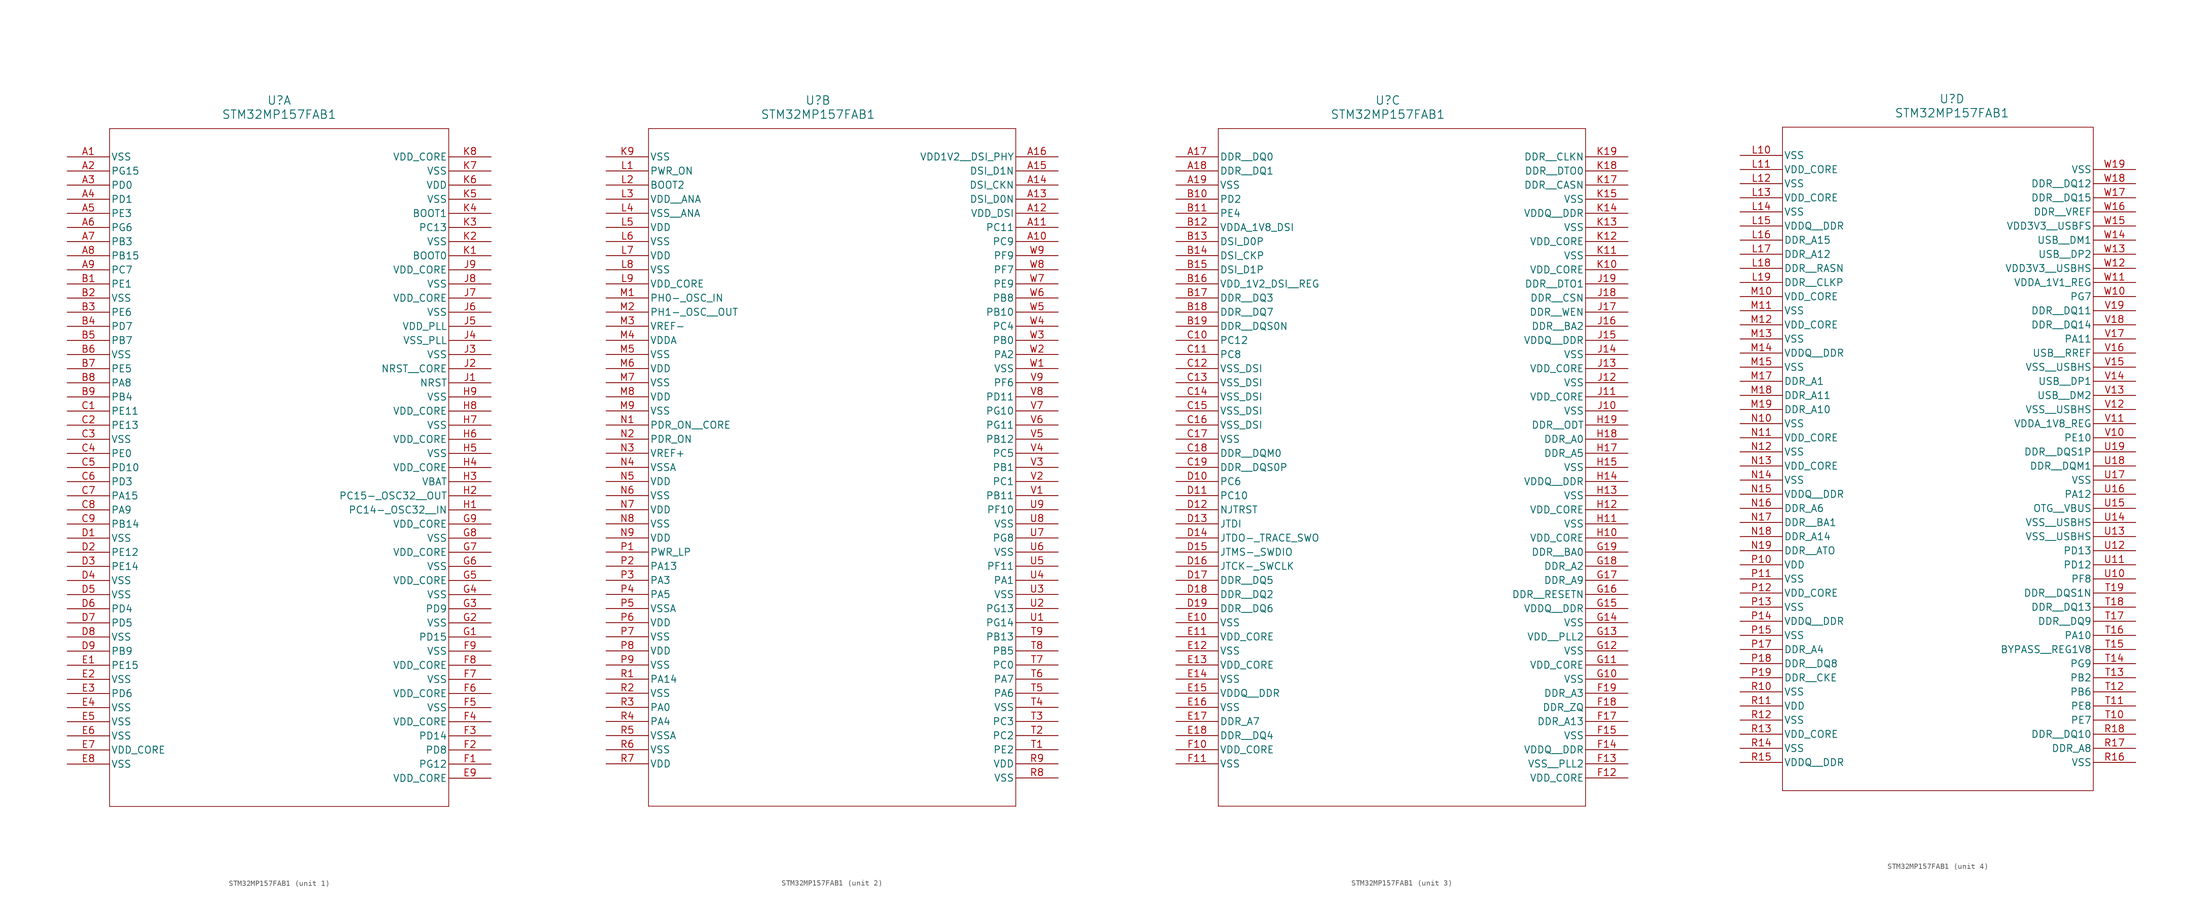
<source format=kicad_sym>
(kicad_symbol_lib
  (version 20211014)
  (generator kicad_symbol_editor)
  (symbol "STM32MP157FAB1"
    (pin_names
      (offset 0.254))
    (property "Reference" "U"
      (at 38.1 10.16 0)
      (effects (font (size 1.524 1.524))))
    (property "Value" "STM32MP157FAB1"
      (at 38.1 7.62 0)
      (effects (font (size 1.524 1.524))))
    (symbol "STM32MP157FAB1_1_1"
      (polyline (pts (xy 7.62 5.08) (xy 7.62 -116.84)) (stroke (width 0.127) (type default) (color 0 0 0 0)) (fill (type none)))
      (polyline (pts (xy 7.62 -116.84) (xy 68.58 -116.84)) (stroke (width 0.127) (type default) (color 0 0 0 0)) (fill (type none)))
      (polyline (pts (xy 68.58 -116.84) (xy 68.58 5.08)) (stroke (width 0.127) (type default) (color 0 0 0 0)) (fill (type none)))
      (polyline (pts (xy 68.58 5.08) (xy 7.62 5.08)) (stroke (width 0.127) (type default) (color 0 0 0 0)) (fill (type none)))
      (pin power_out line (at 0 0 0) (length 7.62) (name "VSS" (effects (font (size 1.27 1.27)))) (number "A1" (effects (font (size 1.27 1.27)))))
      (pin bidirectional line (at 0 -2.54 0) (length 7.62) (name "PG15" (effects (font (size 1.27 1.27)))) (number "A2" (effects (font (size 1.27 1.27)))))
      (pin bidirectional line (at 0 -5.08 0) (length 7.62) (name "PD0" (effects (font (size 1.27 1.27)))) (number "A3" (effects (font (size 1.27 1.27)))))
      (pin bidirectional line (at 0 -7.62 0) (length 7.62) (name "PD1" (effects (font (size 1.27 1.27)))) (number "A4" (effects (font (size 1.27 1.27)))))
      (pin bidirectional line (at 0 -10.16 0) (length 7.62) (name "PE3" (effects (font (size 1.27 1.27)))) (number "A5" (effects (font (size 1.27 1.27)))))
      (pin bidirectional line (at 0 -12.7 0) (length 7.62) (name "PG6" (effects (font (size 1.27 1.27)))) (number "A6" (effects (font (size 1.27 1.27)))))
      (pin bidirectional line (at 0 -15.24 0) (length 7.62) (name "PB3" (effects (font (size 1.27 1.27)))) (number "A7" (effects (font (size 1.27 1.27)))))
      (pin bidirectional line (at 0 -17.78 0) (length 7.62) (name "PB15" (effects (font (size 1.27 1.27)))) (number "A8" (effects (font (size 1.27 1.27)))))
      (pin bidirectional line (at 0 -20.32 0) (length 7.62) (name "PC7" (effects (font (size 1.27 1.27)))) (number "A9" (effects (font (size 1.27 1.27)))))
      (pin bidirectional line (at 0 -22.86 0) (length 7.62) (name "PE1" (effects (font (size 1.27 1.27)))) (number "B1" (effects (font (size 1.27 1.27)))))
      (pin power_out line (at 0 -25.4 0) (length 7.62) (name "VSS" (effects (font (size 1.27 1.27)))) (number "B2" (effects (font (size 1.27 1.27)))))
      (pin bidirectional line (at 0 -27.94 0) (length 7.62) (name "PE6" (effects (font (size 1.27 1.27)))) (number "B3" (effects (font (size 1.27 1.27)))))
      (pin bidirectional line (at 0 -30.48 0) (length 7.62) (name "PD7" (effects (font (size 1.27 1.27)))) (number "B4" (effects (font (size 1.27 1.27)))))
      (pin bidirectional line (at 0 -33.02 0) (length 7.62) (name "PB7" (effects (font (size 1.27 1.27)))) (number "B5" (effects (font (size 1.27 1.27)))))
      (pin power_out line (at 0 -35.56 0) (length 7.62) (name "VSS" (effects (font (size 1.27 1.27)))) (number "B6" (effects (font (size 1.27 1.27)))))
      (pin bidirectional line (at 0 -38.1 0) (length 7.62) (name "PE5" (effects (font (size 1.27 1.27)))) (number "B7" (effects (font (size 1.27 1.27)))))
      (pin bidirectional line (at 0 -40.64 0) (length 7.62) (name "PA8" (effects (font (size 1.27 1.27)))) (number "B8" (effects (font (size 1.27 1.27)))))
      (pin bidirectional line (at 0 -43.18 0) (length 7.62) (name "PB4" (effects (font (size 1.27 1.27)))) (number "B9" (effects (font (size 1.27 1.27)))))
      (pin bidirectional line (at 0 -45.72 0) (length 7.62) (name "PE11" (effects (font (size 1.27 1.27)))) (number "C1" (effects (font (size 1.27 1.27)))))
      (pin bidirectional line (at 0 -48.26 0) (length 7.62) (name "PE13" (effects (font (size 1.27 1.27)))) (number "C2" (effects (font (size 1.27 1.27)))))
      (pin power_out line (at 0 -50.8 0) (length 7.62) (name "VSS" (effects (font (size 1.27 1.27)))) (number "C3" (effects (font (size 1.27 1.27)))))
      (pin bidirectional line (at 0 -53.34 0) (length 7.62) (name "PE0" (effects (font (size 1.27 1.27)))) (number "C4" (effects (font (size 1.27 1.27)))))
      (pin bidirectional line (at 0 -55.88 0) (length 7.62) (name "PD10" (effects (font (size 1.27 1.27)))) (number "C5" (effects (font (size 1.27 1.27)))))
      (pin bidirectional line (at 0 -58.42 0) (length 7.62) (name "PD3" (effects (font (size 1.27 1.27)))) (number "C6" (effects (font (size 1.27 1.27)))))
      (pin bidirectional line (at 0 -60.96 0) (length 7.62) (name "PA15" (effects (font (size 1.27 1.27)))) (number "C7" (effects (font (size 1.27 1.27)))))
      (pin bidirectional line (at 0 -63.5 0) (length 7.62) (name "PA9" (effects (font (size 1.27 1.27)))) (number "C8" (effects (font (size 1.27 1.27)))))
      (pin bidirectional line (at 0 -66.04 0) (length 7.62) (name "PB14" (effects (font (size 1.27 1.27)))) (number "C9" (effects (font (size 1.27 1.27)))))
      (pin power_out line (at 0 -68.58 0) (length 7.62) (name "VSS" (effects (font (size 1.27 1.27)))) (number "D1" (effects (font (size 1.27 1.27)))))
      (pin bidirectional line (at 0 -71.12 0) (length 7.62) (name "PE12" (effects (font (size 1.27 1.27)))) (number "D2" (effects (font (size 1.27 1.27)))))
      (pin bidirectional line (at 0 -73.66 0) (length 7.62) (name "PE14" (effects (font (size 1.27 1.27)))) (number "D3" (effects (font (size 1.27 1.27)))))
      (pin power_out line (at 0 -76.2 0) (length 7.62) (name "VSS" (effects (font (size 1.27 1.27)))) (number "D4" (effects (font (size 1.27 1.27)))))
      (pin power_out line (at 0 -78.74 0) (length 7.62) (name "VSS" (effects (font (size 1.27 1.27)))) (number "D5" (effects (font (size 1.27 1.27)))))
      (pin bidirectional line (at 0 -81.28 0) (length 7.62) (name "PD4" (effects (font (size 1.27 1.27)))) (number "D6" (effects (font (size 1.27 1.27)))))
      (pin bidirectional line (at 0 -83.82 0) (length 7.62) (name "PD5" (effects (font (size 1.27 1.27)))) (number "D7" (effects (font (size 1.27 1.27)))))
      (pin power_out line (at 0 -86.36 0) (length 7.62) (name "VSS" (effects (font (size 1.27 1.27)))) (number "D8" (effects (font (size 1.27 1.27)))))
      (pin bidirectional line (at 0 -88.9 0) (length 7.62) (name "PB9" (effects (font (size 1.27 1.27)))) (number "D9" (effects (font (size 1.27 1.27)))))
      (pin bidirectional line (at 0 -91.44 0) (length 7.62) (name "PE15" (effects (font (size 1.27 1.27)))) (number "E1" (effects (font (size 1.27 1.27)))))
      (pin power_out line (at 0 -93.98 0) (length 7.62) (name "VSS" (effects (font (size 1.27 1.27)))) (number "E2" (effects (font (size 1.27 1.27)))))
      (pin bidirectional line (at 0 -96.52 0) (length 7.62) (name "PD6" (effects (font (size 1.27 1.27)))) (number "E3" (effects (font (size 1.27 1.27)))))
      (pin power_out line (at 0 -99.06 0) (length 7.62) (name "VSS" (effects (font (size 1.27 1.27)))) (number "E4" (effects (font (size 1.27 1.27)))))
      (pin power_out line (at 0 -101.6 0) (length 7.62) (name "VSS" (effects (font (size 1.27 1.27)))) (number "E5" (effects (font (size 1.27 1.27)))))
      (pin power_out line (at 0 -104.14 0) (length 7.62) (name "VSS" (effects (font (size 1.27 1.27)))) (number "E6" (effects (font (size 1.27 1.27)))))
      (pin power_in line (at 0 -106.68 0) (length 7.62) (name "VDD CORE" (effects (font (size 1.27 1.27)))) (number "E7" (effects (font (size 1.27 1.27)))))
      (pin power_out line (at 0 -109.22 0) (length 7.62) (name "VSS" (effects (font (size 1.27 1.27)))) (number "E8" (effects (font (size 1.27 1.27)))))
      (pin power_in line (at 76.2 -111.76 180) (length 7.62) (name "VDD CORE" (effects (font (size 1.27 1.27)))) (number "E9" (effects (font (size 1.27 1.27)))))
      (pin bidirectional line (at 76.2 -109.22 180) (length 7.62) (name "PG12" (effects (font (size 1.27 1.27)))) (number "F1" (effects (font (size 1.27 1.27)))))
      (pin bidirectional line (at 76.2 -106.68 180) (length 7.62) (name "PD8" (effects (font (size 1.27 1.27)))) (number "F2" (effects (font (size 1.27 1.27)))))
      (pin bidirectional line (at 76.2 -104.14 180) (length 7.62) (name "PD14" (effects (font (size 1.27 1.27)))) (number "F3" (effects (font (size 1.27 1.27)))))
      (pin power_in line (at 76.2 -101.6 180) (length 7.62) (name "VDD CORE" (effects (font (size 1.27 1.27)))) (number "F4" (effects (font (size 1.27 1.27)))))
      (pin power_out line (at 76.2 -99.06 180) (length 7.62) (name "VSS" (effects (font (size 1.27 1.27)))) (number "F5" (effects (font (size 1.27 1.27)))))
      (pin power_in line (at 76.2 -96.52 180) (length 7.62) (name "VDD CORE" (effects (font (size 1.27 1.27)))) (number "F6" (effects (font (size 1.27 1.27)))))
      (pin power_out line (at 76.2 -93.98 180) (length 7.62) (name "VSS" (effects (font (size 1.27 1.27)))) (number "F7" (effects (font (size 1.27 1.27)))))
      (pin power_in line (at 76.2 -91.44 180) (length 7.62) (name "VDD CORE" (effects (font (size 1.27 1.27)))) (number "F8" (effects (font (size 1.27 1.27)))))
      (pin power_out line (at 76.2 -88.9 180) (length 7.62) (name "VSS" (effects (font (size 1.27 1.27)))) (number "F9" (effects (font (size 1.27 1.27)))))
      (pin bidirectional line (at 76.2 -86.36 180) (length 7.62) (name "PD15" (effects (font (size 1.27 1.27)))) (number "G1" (effects (font (size 1.27 1.27)))))
      (pin power_out line (at 76.2 -83.82 180) (length 7.62) (name "VSS" (effects (font (size 1.27 1.27)))) (number "G2" (effects (font (size 1.27 1.27)))))
      (pin bidirectional line (at 76.2 -81.28 180) (length 7.62) (name "PD9" (effects (font (size 1.27 1.27)))) (number "G3" (effects (font (size 1.27 1.27)))))
      (pin power_out line (at 76.2 -78.74 180) (length 7.62) (name "VSS" (effects (font (size 1.27 1.27)))) (number "G4" (effects (font (size 1.27 1.27)))))
      (pin power_in line (at 76.2 -76.2 180) (length 7.62) (name "VDD CORE" (effects (font (size 1.27 1.27)))) (number "G5" (effects (font (size 1.27 1.27)))))
      (pin power_out line (at 76.2 -73.66 180) (length 7.62) (name "VSS" (effects (font (size 1.27 1.27)))) (number "G6" (effects (font (size 1.27 1.27)))))
      (pin power_in line (at 76.2 -71.12 180) (length 7.62) (name "VDD CORE" (effects (font (size 1.27 1.27)))) (number "G7" (effects (font (size 1.27 1.27)))))
      (pin power_out line (at 76.2 -68.58 180) (length 7.62) (name "VSS" (effects (font (size 1.27 1.27)))) (number "G8" (effects (font (size 1.27 1.27)))))
      (pin power_in line (at 76.2 -66.04 180) (length 7.62) (name "VDD CORE" (effects (font (size 1.27 1.27)))) (number "G9" (effects (font (size 1.27 1.27)))))
      (pin bidirectional line (at 76.2 -63.5 180) (length 7.62) (name "PC14- OSC32_ IN" (effects (font (size 1.27 1.27)))) (number "H1" (effects (font (size 1.27 1.27)))))
      (pin output line (at 76.2 -60.96 180) (length 7.62) (name "PC15- OSC32_ OUT" (effects (font (size 1.27 1.27)))) (number "H2" (effects (font (size 1.27 1.27)))))
      (pin unspecified line (at 76.2 -58.42 180) (length 7.62) (name "VBAT" (effects (font (size 1.27 1.27)))) (number "H3" (effects (font (size 1.27 1.27)))))
      (pin power_in line (at 76.2 -55.88 180) (length 7.62) (name "VDD CORE" (effects (font (size 1.27 1.27)))) (number "H4" (effects (font (size 1.27 1.27)))))
      (pin power_out line (at 76.2 -53.34 180) (length 7.62) (name "VSS" (effects (font (size 1.27 1.27)))) (number "H5" (effects (font (size 1.27 1.27)))))
      (pin power_in line (at 76.2 -50.8 180) (length 7.62) (name "VDD CORE" (effects (font (size 1.27 1.27)))) (number "H6" (effects (font (size 1.27 1.27)))))
      (pin power_out line (at 76.2 -48.26 180) (length 7.62) (name "VSS" (effects (font (size 1.27 1.27)))) (number "H7" (effects (font (size 1.27 1.27)))))
      (pin power_in line (at 76.2 -45.72 180) (length 7.62) (name "VDD CORE" (effects (font (size 1.27 1.27)))) (number "H8" (effects (font (size 1.27 1.27)))))
      (pin power_out line (at 76.2 -43.18 180) (length 7.62) (name "VSS" (effects (font (size 1.27 1.27)))) (number "H9" (effects (font (size 1.27 1.27)))))
      (pin unspecified line (at 76.2 -40.64 180) (length 7.62) (name "NRST" (effects (font (size 1.27 1.27)))) (number "J1" (effects (font (size 1.27 1.27)))))
      (pin unspecified line (at 76.2 -38.1 180) (length 7.62) (name "NRST_ CORE" (effects (font (size 1.27 1.27)))) (number "J2" (effects (font (size 1.27 1.27)))))
      (pin power_out line (at 76.2 -35.56 180) (length 7.62) (name "VSS" (effects (font (size 1.27 1.27)))) (number "J3" (effects (font (size 1.27 1.27)))))
      (pin power_out line (at 76.2 -33.02 180) (length 7.62) (name "VSS_PLL" (effects (font (size 1.27 1.27)))) (number "J4" (effects (font (size 1.27 1.27)))))
      (pin power_in line (at 76.2 -30.48 180) (length 7.62) (name "VDD_PLL" (effects (font (size 1.27 1.27)))) (number "J5" (effects (font (size 1.27 1.27)))))
      (pin power_out line (at 76.2 -27.94 180) (length 7.62) (name "VSS" (effects (font (size 1.27 1.27)))) (number "J6" (effects (font (size 1.27 1.27)))))
      (pin power_in line (at 76.2 -25.4 180) (length 7.62) (name "VDD CORE" (effects (font (size 1.27 1.27)))) (number "J7" (effects (font (size 1.27 1.27)))))
      (pin power_out line (at 76.2 -22.86 180) (length 7.62) (name "VSS" (effects (font (size 1.27 1.27)))) (number "J8" (effects (font (size 1.27 1.27)))))
      (pin power_in line (at 76.2 -20.32 180) (length 7.62) (name "VDD CORE" (effects (font (size 1.27 1.27)))) (number "J9" (effects (font (size 1.27 1.27)))))
      (pin bidirectional line (at 76.2 -17.78 180) (length 7.62) (name "BOOT0" (effects (font (size 1.27 1.27)))) (number "K1" (effects (font (size 1.27 1.27)))))
      (pin power_out line (at 76.2 -15.24 180) (length 7.62) (name "VSS" (effects (font (size 1.27 1.27)))) (number "K2" (effects (font (size 1.27 1.27)))))
      (pin bidirectional line (at 76.2 -12.7 180) (length 7.62) (name "PC13" (effects (font (size 1.27 1.27)))) (number "K3" (effects (font (size 1.27 1.27)))))
      (pin bidirectional line (at 76.2 -10.16 180) (length 7.62) (name "BOOT1" (effects (font (size 1.27 1.27)))) (number "K4" (effects (font (size 1.27 1.27)))))
      (pin power_out line (at 76.2 -7.62 180) (length 7.62) (name "VSS" (effects (font (size 1.27 1.27)))) (number "K5" (effects (font (size 1.27 1.27)))))
      (pin power_in line (at 76.2 -5.08 180) (length 7.62) (name "VDD" (effects (font (size 1.27 1.27)))) (number "K6" (effects (font (size 1.27 1.27)))))
      (pin power_out line (at 76.2 -2.54 180) (length 7.62) (name "VSS" (effects (font (size 1.27 1.27)))) (number "K7" (effects (font (size 1.27 1.27)))))
      (pin power_in line (at 76.2 0 180) (length 7.62) (name "VDD CORE" (effects (font (size 1.27 1.27)))) (number "K8" (effects (font (size 1.27 1.27))))))
    (symbol "STM32MP157FAB1_2_1"
      (polyline (pts (xy 7.62 5.08) (xy 7.62 -116.84)) (stroke (width 0.127) (type default) (color 0 0 0 0)) (fill (type none)))
      (polyline (pts (xy 7.62 -116.84) (xy 73.66 -116.84)) (stroke (width 0.127) (type default) (color 0 0 0 0)) (fill (type none)))
      (polyline (pts (xy 73.66 -116.84) (xy 73.66 5.08)) (stroke (width 0.127) (type default) (color 0 0 0 0)) (fill (type none)))
      (polyline (pts (xy 73.66 5.08) (xy 7.62 5.08)) (stroke (width 0.127) (type default) (color 0 0 0 0)) (fill (type none)))
      (pin power_out line (at 0 0 0) (length 7.62) (name "VSS" (effects (font (size 1.27 1.27)))) (number "K9" (effects (font (size 1.27 1.27)))))
      (pin unspecified line (at 0 -2.54 0) (length 7.62) (name "PWR_ON" (effects (font (size 1.27 1.27)))) (number "L1" (effects (font (size 1.27 1.27)))))
      (pin bidirectional line (at 0 -5.08 0) (length 7.62) (name "BOOT2" (effects (font (size 1.27 1.27)))) (number "L2" (effects (font (size 1.27 1.27)))))
      (pin power_in line (at 0 -7.62 0) (length 7.62) (name "VDD_ ANA" (effects (font (size 1.27 1.27)))) (number "L3" (effects (font (size 1.27 1.27)))))
      (pin power_out line (at 0 -10.16 0) (length 7.62) (name "VSS_ ANA" (effects (font (size 1.27 1.27)))) (number "L4" (effects (font (size 1.27 1.27)))))
      (pin power_in line (at 0 -12.7 0) (length 7.62) (name "VDD" (effects (font (size 1.27 1.27)))) (number "L5" (effects (font (size 1.27 1.27)))))
      (pin power_out line (at 0 -15.24 0) (length 7.62) (name "VSS" (effects (font (size 1.27 1.27)))) (number "L6" (effects (font (size 1.27 1.27)))))
      (pin power_in line (at 0 -17.78 0) (length 7.62) (name "VDD" (effects (font (size 1.27 1.27)))) (number "L7" (effects (font (size 1.27 1.27)))))
      (pin power_out line (at 0 -20.32 0) (length 7.62) (name "VSS" (effects (font (size 1.27 1.27)))) (number "L8" (effects (font (size 1.27 1.27)))))
      (pin power_in line (at 0 -22.86 0) (length 7.62) (name "VDD CORE" (effects (font (size 1.27 1.27)))) (number "L9" (effects (font (size 1.27 1.27)))))
      (pin bidirectional line (at 0 -25.4 0) (length 7.62) (name "PH0- OSC_IN" (effects (font (size 1.27 1.27)))) (number "M1" (effects (font (size 1.27 1.27)))))
      (pin output line (at 0 -27.94 0) (length 7.62) (name "PH1- OSC_ OUT" (effects (font (size 1.27 1.27)))) (number "M2" (effects (font (size 1.27 1.27)))))
      (pin power_in line (at 0 -30.48 0) (length 7.62) (name "VREF-" (effects (font (size 1.27 1.27)))) (number "M3" (effects (font (size 1.27 1.27)))))
      (pin power_in line (at 0 -33.02 0) (length 7.62) (name "VDDA" (effects (font (size 1.27 1.27)))) (number "M4" (effects (font (size 1.27 1.27)))))
      (pin power_out line (at 0 -35.56 0) (length 7.62) (name "VSS" (effects (font (size 1.27 1.27)))) (number "M5" (effects (font (size 1.27 1.27)))))
      (pin power_in line (at 0 -38.1 0) (length 7.62) (name "VDD" (effects (font (size 1.27 1.27)))) (number "M6" (effects (font (size 1.27 1.27)))))
      (pin power_out line (at 0 -40.64 0) (length 7.62) (name "VSS" (effects (font (size 1.27 1.27)))) (number "M7" (effects (font (size 1.27 1.27)))))
      (pin power_in line (at 0 -43.18 0) (length 7.62) (name "VDD" (effects (font (size 1.27 1.27)))) (number "M8" (effects (font (size 1.27 1.27)))))
      (pin power_out line (at 0 -45.72 0) (length 7.62) (name "VSS" (effects (font (size 1.27 1.27)))) (number "M9" (effects (font (size 1.27 1.27)))))
      (pin unspecified line (at 0 -48.26 0) (length 7.62) (name "PDR_ON _CORE" (effects (font (size 1.27 1.27)))) (number "N1" (effects (font (size 1.27 1.27)))))
      (pin unspecified line (at 0 -50.8 0) (length 7.62) (name "PDR_ON" (effects (font (size 1.27 1.27)))) (number "N2" (effects (font (size 1.27 1.27)))))
      (pin power_in line (at 0 -53.34 0) (length 7.62) (name "VREF+" (effects (font (size 1.27 1.27)))) (number "N3" (effects (font (size 1.27 1.27)))))
      (pin power_out line (at 0 -55.88 0) (length 7.62) (name "VSSA" (effects (font (size 1.27 1.27)))) (number "N4" (effects (font (size 1.27 1.27)))))
      (pin power_in line (at 0 -58.42 0) (length 7.62) (name "VDD" (effects (font (size 1.27 1.27)))) (number "N5" (effects (font (size 1.27 1.27)))))
      (pin power_out line (at 0 -60.96 0) (length 7.62) (name "VSS" (effects (font (size 1.27 1.27)))) (number "N6" (effects (font (size 1.27 1.27)))))
      (pin power_in line (at 0 -63.5 0) (length 7.62) (name "VDD" (effects (font (size 1.27 1.27)))) (number "N7" (effects (font (size 1.27 1.27)))))
      (pin power_out line (at 0 -66.04 0) (length 7.62) (name "VSS" (effects (font (size 1.27 1.27)))) (number "N8" (effects (font (size 1.27 1.27)))))
      (pin power_in line (at 0 -68.58 0) (length 7.62) (name "VDD" (effects (font (size 1.27 1.27)))) (number "N9" (effects (font (size 1.27 1.27)))))
      (pin unspecified line (at 0 -71.12 0) (length 7.62) (name "PWR_LP" (effects (font (size 1.27 1.27)))) (number "P1" (effects (font (size 1.27 1.27)))))
      (pin bidirectional line (at 0 -73.66 0) (length 7.62) (name "PA13" (effects (font (size 1.27 1.27)))) (number "P2" (effects (font (size 1.27 1.27)))))
      (pin bidirectional line (at 0 -76.2 0) (length 7.62) (name "PA3" (effects (font (size 1.27 1.27)))) (number "P3" (effects (font (size 1.27 1.27)))))
      (pin bidirectional line (at 0 -78.74 0) (length 7.62) (name "PA5" (effects (font (size 1.27 1.27)))) (number "P4" (effects (font (size 1.27 1.27)))))
      (pin power_out line (at 0 -81.28 0) (length 7.62) (name "VSSA" (effects (font (size 1.27 1.27)))) (number "P5" (effects (font (size 1.27 1.27)))))
      (pin power_in line (at 0 -83.82 0) (length 7.62) (name "VDD" (effects (font (size 1.27 1.27)))) (number "P6" (effects (font (size 1.27 1.27)))))
      (pin power_out line (at 0 -86.36 0) (length 7.62) (name "VSS" (effects (font (size 1.27 1.27)))) (number "P7" (effects (font (size 1.27 1.27)))))
      (pin power_in line (at 0 -88.9 0) (length 7.62) (name "VDD" (effects (font (size 1.27 1.27)))) (number "P8" (effects (font (size 1.27 1.27)))))
      (pin power_out line (at 0 -91.44 0) (length 7.62) (name "VSS" (effects (font (size 1.27 1.27)))) (number "P9" (effects (font (size 1.27 1.27)))))
      (pin bidirectional line (at 0 -93.98 0) (length 7.62) (name "PA14" (effects (font (size 1.27 1.27)))) (number "R1" (effects (font (size 1.27 1.27)))))
      (pin power_out line (at 0 -96.52 0) (length 7.62) (name "VSS" (effects (font (size 1.27 1.27)))) (number "R2" (effects (font (size 1.27 1.27)))))
      (pin bidirectional line (at 0 -99.06 0) (length 7.62) (name "PA0" (effects (font (size 1.27 1.27)))) (number "R3" (effects (font (size 1.27 1.27)))))
      (pin bidirectional line (at 0 -101.6 0) (length 7.62) (name "PA4" (effects (font (size 1.27 1.27)))) (number "R4" (effects (font (size 1.27 1.27)))))
      (pin power_out line (at 0 -104.14 0) (length 7.62) (name "VSSA" (effects (font (size 1.27 1.27)))) (number "R5" (effects (font (size 1.27 1.27)))))
      (pin power_out line (at 0 -106.68 0) (length 7.62) (name "VSS" (effects (font (size 1.27 1.27)))) (number "R6" (effects (font (size 1.27 1.27)))))
      (pin power_in line (at 0 -109.22 0) (length 7.62) (name "VDD" (effects (font (size 1.27 1.27)))) (number "R7" (effects (font (size 1.27 1.27)))))
      (pin power_out line (at 81.28 -111.76 180) (length 7.62) (name "VSS" (effects (font (size 1.27 1.27)))) (number "R8" (effects (font (size 1.27 1.27)))))
      (pin power_in line (at 81.28 -109.22 180) (length 7.62) (name "VDD" (effects (font (size 1.27 1.27)))) (number "R9" (effects (font (size 1.27 1.27)))))
      (pin bidirectional line (at 81.28 -106.68 180) (length 7.62) (name "PE2" (effects (font (size 1.27 1.27)))) (number "T1" (effects (font (size 1.27 1.27)))))
      (pin bidirectional line (at 81.28 -104.14 180) (length 7.62) (name "PC2" (effects (font (size 1.27 1.27)))) (number "T2" (effects (font (size 1.27 1.27)))))
      (pin bidirectional line (at 81.28 -101.6 180) (length 7.62) (name "PC3" (effects (font (size 1.27 1.27)))) (number "T3" (effects (font (size 1.27 1.27)))))
      (pin power_out line (at 81.28 -99.06 180) (length 7.62) (name "VSS" (effects (font (size 1.27 1.27)))) (number "T4" (effects (font (size 1.27 1.27)))))
      (pin bidirectional line (at 81.28 -96.52 180) (length 7.62) (name "PA6" (effects (font (size 1.27 1.27)))) (number "T5" (effects (font (size 1.27 1.27)))))
      (pin bidirectional line (at 81.28 -93.98 180) (length 7.62) (name "PA7" (effects (font (size 1.27 1.27)))) (number "T6" (effects (font (size 1.27 1.27)))))
      (pin bidirectional line (at 81.28 -91.44 180) (length 7.62) (name "PC0" (effects (font (size 1.27 1.27)))) (number "T7" (effects (font (size 1.27 1.27)))))
      (pin bidirectional line (at 81.28 -88.9 180) (length 7.62) (name "PB5" (effects (font (size 1.27 1.27)))) (number "T8" (effects (font (size 1.27 1.27)))))
      (pin bidirectional line (at 81.28 -86.36 180) (length 7.62) (name "PB13" (effects (font (size 1.27 1.27)))) (number "T9" (effects (font (size 1.27 1.27)))))
      (pin bidirectional line (at 81.28 -83.82 180) (length 7.62) (name "PG14" (effects (font (size 1.27 1.27)))) (number "U1" (effects (font (size 1.27 1.27)))))
      (pin bidirectional line (at 81.28 -81.28 180) (length 7.62) (name "PG13" (effects (font (size 1.27 1.27)))) (number "U2" (effects (font (size 1.27 1.27)))))
      (pin power_out line (at 81.28 -78.74 180) (length 7.62) (name "VSS" (effects (font (size 1.27 1.27)))) (number "U3" (effects (font (size 1.27 1.27)))))
      (pin bidirectional line (at 81.28 -76.2 180) (length 7.62) (name "PA1" (effects (font (size 1.27 1.27)))) (number "U4" (effects (font (size 1.27 1.27)))))
      (pin bidirectional line (at 81.28 -73.66 180) (length 7.62) (name "PF11" (effects (font (size 1.27 1.27)))) (number "U5" (effects (font (size 1.27 1.27)))))
      (pin power_out line (at 81.28 -71.12 180) (length 7.62) (name "VSS" (effects (font (size 1.27 1.27)))) (number "U6" (effects (font (size 1.27 1.27)))))
      (pin bidirectional line (at 81.28 -68.58 180) (length 7.62) (name "PG8" (effects (font (size 1.27 1.27)))) (number "U7" (effects (font (size 1.27 1.27)))))
      (pin power_out line (at 81.28 -66.04 180) (length 7.62) (name "VSS" (effects (font (size 1.27 1.27)))) (number "U8" (effects (font (size 1.27 1.27)))))
      (pin bidirectional line (at 81.28 -63.5 180) (length 7.62) (name "PF10" (effects (font (size 1.27 1.27)))) (number "U9" (effects (font (size 1.27 1.27)))))
      (pin bidirectional line (at 81.28 -60.96 180) (length 7.62) (name "PB11" (effects (font (size 1.27 1.27)))) (number "V1" (effects (font (size 1.27 1.27)))))
      (pin bidirectional line (at 81.28 -58.42 180) (length 7.62) (name "PC1" (effects (font (size 1.27 1.27)))) (number "V2" (effects (font (size 1.27 1.27)))))
      (pin bidirectional line (at 81.28 -55.88 180) (length 7.62) (name "PB1" (effects (font (size 1.27 1.27)))) (number "V3" (effects (font (size 1.27 1.27)))))
      (pin bidirectional line (at 81.28 -53.34 180) (length 7.62) (name "PC5" (effects (font (size 1.27 1.27)))) (number "V4" (effects (font (size 1.27 1.27)))))
      (pin bidirectional line (at 81.28 -50.8 180) (length 7.62) (name "PB12" (effects (font (size 1.27 1.27)))) (number "V5" (effects (font (size 1.27 1.27)))))
      (pin bidirectional line (at 81.28 -48.26 180) (length 7.62) (name "PG11" (effects (font (size 1.27 1.27)))) (number "V6" (effects (font (size 1.27 1.27)))))
      (pin bidirectional line (at 81.28 -45.72 180) (length 7.62) (name "PG10" (effects (font (size 1.27 1.27)))) (number "V7" (effects (font (size 1.27 1.27)))))
      (pin bidirectional line (at 81.28 -43.18 180) (length 7.62) (name "PD11" (effects (font (size 1.27 1.27)))) (number "V8" (effects (font (size 1.27 1.27)))))
      (pin bidirectional line (at 81.28 -40.64 180) (length 7.62) (name "PF6" (effects (font (size 1.27 1.27)))) (number "V9" (effects (font (size 1.27 1.27)))))
      (pin power_out line (at 81.28 -38.1 180) (length 7.62) (name "VSS" (effects (font (size 1.27 1.27)))) (number "W1" (effects (font (size 1.27 1.27)))))
      (pin bidirectional line (at 81.28 -35.56 180) (length 7.62) (name "PA2" (effects (font (size 1.27 1.27)))) (number "W2" (effects (font (size 1.27 1.27)))))
      (pin bidirectional line (at 81.28 -33.02 180) (length 7.62) (name "PB0" (effects (font (size 1.27 1.27)))) (number "W3" (effects (font (size 1.27 1.27)))))
      (pin bidirectional line (at 81.28 -30.48 180) (length 7.62) (name "PC4" (effects (font (size 1.27 1.27)))) (number "W4" (effects (font (size 1.27 1.27)))))
      (pin bidirectional line (at 81.28 -27.94 180) (length 7.62) (name "PB10" (effects (font (size 1.27 1.27)))) (number "W5" (effects (font (size 1.27 1.27)))))
      (pin bidirectional line (at 81.28 -25.4 180) (length 7.62) (name "PB8" (effects (font (size 1.27 1.27)))) (number "W6" (effects (font (size 1.27 1.27)))))
      (pin bidirectional line (at 81.28 -22.86 180) (length 7.62) (name "PE9" (effects (font (size 1.27 1.27)))) (number "W7" (effects (font (size 1.27 1.27)))))
      (pin bidirectional line (at 81.28 -20.32 180) (length 7.62) (name "PF7" (effects (font (size 1.27 1.27)))) (number "W8" (effects (font (size 1.27 1.27)))))
      (pin bidirectional line (at 81.28 -17.78 180) (length 7.62) (name "PF9" (effects (font (size 1.27 1.27)))) (number "W9" (effects (font (size 1.27 1.27)))))
      (pin bidirectional line (at 81.28 -15.24 180) (length 7.62) (name "PC9" (effects (font (size 1.27 1.27)))) (number "A10" (effects (font (size 1.27 1.27)))))
      (pin bidirectional line (at 81.28 -12.7 180) (length 7.62) (name "PC11" (effects (font (size 1.27 1.27)))) (number "A11" (effects (font (size 1.27 1.27)))))
      (pin power_in line (at 81.28 -10.16 180) (length 7.62) (name "VDD_DSI" (effects (font (size 1.27 1.27)))) (number "A12" (effects (font (size 1.27 1.27)))))
      (pin bidirectional line (at 81.28 -7.62 180) (length 7.62) (name "DSI_D0N" (effects (font (size 1.27 1.27)))) (number "A13" (effects (font (size 1.27 1.27)))))
      (pin unspecified line (at 81.28 -5.08 180) (length 7.62) (name "DSI_CKN" (effects (font (size 1.27 1.27)))) (number "A14" (effects (font (size 1.27 1.27)))))
      (pin bidirectional line (at 81.28 -2.54 180) (length 7.62) (name "DSI_D1N" (effects (font (size 1.27 1.27)))) (number "A15" (effects (font (size 1.27 1.27)))))
      (pin power_in line (at 81.28 0 180) (length 7.62) (name "VDD1V2_ DSI_PHY" (effects (font (size 1.27 1.27)))) (number "A16" (effects (font (size 1.27 1.27))))))
    (symbol "STM32MP157FAB1_3_1"
      (polyline (pts (xy 7.62 5.08) (xy 7.62 -116.84)) (stroke (width 0.127) (type default) (color 0 0 0 0)) (fill (type none)))
      (polyline (pts (xy 7.62 -116.84) (xy 73.66 -116.84)) (stroke (width 0.127) (type default) (color 0 0 0 0)) (fill (type none)))
      (polyline (pts (xy 73.66 -116.84) (xy 73.66 5.08)) (stroke (width 0.127) (type default) (color 0 0 0 0)) (fill (type none)))
      (polyline (pts (xy 73.66 5.08) (xy 7.62 5.08)) (stroke (width 0.127) (type default) (color 0 0 0 0)) (fill (type none)))
      (pin bidirectional line (at 0 0 0) (length 7.62) (name "DDR_ DQ0" (effects (font (size 1.27 1.27)))) (number "A17" (effects (font (size 1.27 1.27)))))
      (pin bidirectional line (at 0 -2.54 0) (length 7.62) (name "DDR_ DQ1" (effects (font (size 1.27 1.27)))) (number "A18" (effects (font (size 1.27 1.27)))))
      (pin power_out line (at 0 -5.08 0) (length 7.62) (name "VSS" (effects (font (size 1.27 1.27)))) (number "A19" (effects (font (size 1.27 1.27)))))
      (pin bidirectional line (at 0 -7.62 0) (length 7.62) (name "PD2" (effects (font (size 1.27 1.27)))) (number "B10" (effects (font (size 1.27 1.27)))))
      (pin bidirectional line (at 0 -10.16 0) (length 7.62) (name "PE4" (effects (font (size 1.27 1.27)))) (number "B11" (effects (font (size 1.27 1.27)))))
      (pin power_in line (at 0 -12.7 0) (length 7.62) (name "VDDA 1V8_DSI" (effects (font (size 1.27 1.27)))) (number "B12" (effects (font (size 1.27 1.27)))))
      (pin bidirectional line (at 0 -15.24 0) (length 7.62) (name "DSI_D0P" (effects (font (size 1.27 1.27)))) (number "B13" (effects (font (size 1.27 1.27)))))
      (pin unspecified line (at 0 -17.78 0) (length 7.62) (name "DSI_CKP" (effects (font (size 1.27 1.27)))) (number "B14" (effects (font (size 1.27 1.27)))))
      (pin bidirectional line (at 0 -20.32 0) (length 7.62) (name "DSI_D1P" (effects (font (size 1.27 1.27)))) (number "B15" (effects (font (size 1.27 1.27)))))
      (pin power_in line (at 0 -22.86 0) (length 7.62) (name "VDD 1V2_DSI _REG" (effects (font (size 1.27 1.27)))) (number "B16" (effects (font (size 1.27 1.27)))))
      (pin bidirectional line (at 0 -25.4 0) (length 7.62) (name "DDR_ DQ3" (effects (font (size 1.27 1.27)))) (number "B17" (effects (font (size 1.27 1.27)))))
      (pin bidirectional line (at 0 -27.94 0) (length 7.62) (name "DDR_ DQ7" (effects (font (size 1.27 1.27)))) (number "B18" (effects (font (size 1.27 1.27)))))
      (pin bidirectional line (at 0 -30.48 0) (length 7.62) (name "DDR_ DQS0N" (effects (font (size 1.27 1.27)))) (number "B19" (effects (font (size 1.27 1.27)))))
      (pin bidirectional line (at 0 -33.02 0) (length 7.62) (name "PC12" (effects (font (size 1.27 1.27)))) (number "C10" (effects (font (size 1.27 1.27)))))
      (pin bidirectional line (at 0 -35.56 0) (length 7.62) (name "PC8" (effects (font (size 1.27 1.27)))) (number "C11" (effects (font (size 1.27 1.27)))))
      (pin power_out line (at 0 -38.1 0) (length 7.62) (name "VSS_DSI" (effects (font (size 1.27 1.27)))) (number "C12" (effects (font (size 1.27 1.27)))))
      (pin power_out line (at 0 -40.64 0) (length 7.62) (name "VSS_DSI" (effects (font (size 1.27 1.27)))) (number "C13" (effects (font (size 1.27 1.27)))))
      (pin power_out line (at 0 -43.18 0) (length 7.62) (name "VSS_DSI" (effects (font (size 1.27 1.27)))) (number "C14" (effects (font (size 1.27 1.27)))))
      (pin power_out line (at 0 -45.72 0) (length 7.62) (name "VSS_DSI" (effects (font (size 1.27 1.27)))) (number "C15" (effects (font (size 1.27 1.27)))))
      (pin power_out line (at 0 -48.26 0) (length 7.62) (name "VSS_DSI" (effects (font (size 1.27 1.27)))) (number "C16" (effects (font (size 1.27 1.27)))))
      (pin power_out line (at 0 -50.8 0) (length 7.62) (name "VSS" (effects (font (size 1.27 1.27)))) (number "C17" (effects (font (size 1.27 1.27)))))
      (pin bidirectional line (at 0 -53.34 0) (length 7.62) (name "DDR_ DQM0" (effects (font (size 1.27 1.27)))) (number "C18" (effects (font (size 1.27 1.27)))))
      (pin bidirectional line (at 0 -55.88 0) (length 7.62) (name "DDR_ DQS0P" (effects (font (size 1.27 1.27)))) (number "C19" (effects (font (size 1.27 1.27)))))
      (pin bidirectional line (at 0 -58.42 0) (length 7.62) (name "PC6" (effects (font (size 1.27 1.27)))) (number "D10" (effects (font (size 1.27 1.27)))))
      (pin bidirectional line (at 0 -60.96 0) (length 7.62) (name "PC10" (effects (font (size 1.27 1.27)))) (number "D11" (effects (font (size 1.27 1.27)))))
      (pin unspecified line (at 0 -63.5 0) (length 7.62) (name "NJTRST" (effects (font (size 1.27 1.27)))) (number "D12" (effects (font (size 1.27 1.27)))))
      (pin unspecified line (at 0 -66.04 0) (length 7.62) (name "JTDI" (effects (font (size 1.27 1.27)))) (number "D13" (effects (font (size 1.27 1.27)))))
      (pin unspecified line (at 0 -68.58 0) (length 7.62) (name "JTDO- TRACE SWO" (effects (font (size 1.27 1.27)))) (number "D14" (effects (font (size 1.27 1.27)))))
      (pin unspecified line (at 0 -71.12 0) (length 7.62) (name "JTMS- SWDIO" (effects (font (size 1.27 1.27)))) (number "D15" (effects (font (size 1.27 1.27)))))
      (pin unspecified line (at 0 -73.66 0) (length 7.62) (name "JTCK- SWCLK" (effects (font (size 1.27 1.27)))) (number "D16" (effects (font (size 1.27 1.27)))))
      (pin bidirectional line (at 0 -76.2 0) (length 7.62) (name "DDR_ DQ5" (effects (font (size 1.27 1.27)))) (number "D17" (effects (font (size 1.27 1.27)))))
      (pin bidirectional line (at 0 -78.74 0) (length 7.62) (name "DDR_ DQ2" (effects (font (size 1.27 1.27)))) (number "D18" (effects (font (size 1.27 1.27)))))
      (pin bidirectional line (at 0 -81.28 0) (length 7.62) (name "DDR_ DQ6" (effects (font (size 1.27 1.27)))) (number "D19" (effects (font (size 1.27 1.27)))))
      (pin power_out line (at 0 -83.82 0) (length 7.62) (name "VSS" (effects (font (size 1.27 1.27)))) (number "E10" (effects (font (size 1.27 1.27)))))
      (pin power_in line (at 0 -86.36 0) (length 7.62) (name "VDD CORE" (effects (font (size 1.27 1.27)))) (number "E11" (effects (font (size 1.27 1.27)))))
      (pin power_out line (at 0 -88.9 0) (length 7.62) (name "VSS" (effects (font (size 1.27 1.27)))) (number "E12" (effects (font (size 1.27 1.27)))))
      (pin power_in line (at 0 -91.44 0) (length 7.62) (name "VDD CORE" (effects (font (size 1.27 1.27)))) (number "E13" (effects (font (size 1.27 1.27)))))
      (pin power_out line (at 0 -93.98 0) (length 7.62) (name "VSS" (effects (font (size 1.27 1.27)))) (number "E14" (effects (font (size 1.27 1.27)))))
      (pin power_in line (at 0 -96.52 0) (length 7.62) (name "VDDQ_ DDR" (effects (font (size 1.27 1.27)))) (number "E15" (effects (font (size 1.27 1.27)))))
      (pin power_out line (at 0 -99.06 0) (length 7.62) (name "VSS" (effects (font (size 1.27 1.27)))) (number "E16" (effects (font (size 1.27 1.27)))))
      (pin bidirectional line (at 0 -101.6 0) (length 7.62) (name "DDR_A7" (effects (font (size 1.27 1.27)))) (number "E17" (effects (font (size 1.27 1.27)))))
      (pin bidirectional line (at 0 -104.14 0) (length 7.62) (name "DDR_ DQ4" (effects (font (size 1.27 1.27)))) (number "E18" (effects (font (size 1.27 1.27)))))
      (pin power_in line (at 0 -106.68 0) (length 7.62) (name "VDD CORE" (effects (font (size 1.27 1.27)))) (number "F10" (effects (font (size 1.27 1.27)))))
      (pin power_out line (at 0 -109.22 0) (length 7.62) (name "VSS" (effects (font (size 1.27 1.27)))) (number "F11" (effects (font (size 1.27 1.27)))))
      (pin power_in line (at 81.28 -111.76 180) (length 7.62) (name "VDD CORE" (effects (font (size 1.27 1.27)))) (number "F12" (effects (font (size 1.27 1.27)))))
      (pin power_out line (at 81.28 -109.22 180) (length 7.62) (name "VSS_ PLL2" (effects (font (size 1.27 1.27)))) (number "F13" (effects (font (size 1.27 1.27)))))
      (pin power_in line (at 81.28 -106.68 180) (length 7.62) (name "VDDQ_ DDR" (effects (font (size 1.27 1.27)))) (number "F14" (effects (font (size 1.27 1.27)))))
      (pin power_out line (at 81.28 -104.14 180) (length 7.62) (name "VSS" (effects (font (size 1.27 1.27)))) (number "F15" (effects (font (size 1.27 1.27)))))
      (pin bidirectional line (at 81.28 -101.6 180) (length 7.62) (name "DDR_A13" (effects (font (size 1.27 1.27)))) (number "F17" (effects (font (size 1.27 1.27)))))
      (pin unspecified line (at 81.28 -99.06 180) (length 7.62) (name "DDR_ZQ" (effects (font (size 1.27 1.27)))) (number "F18" (effects (font (size 1.27 1.27)))))
      (pin bidirectional line (at 81.28 -96.52 180) (length 7.62) (name "DDR_A3" (effects (font (size 1.27 1.27)))) (number "F19" (effects (font (size 1.27 1.27)))))
      (pin power_out line (at 81.28 -93.98 180) (length 7.62) (name "VSS" (effects (font (size 1.27 1.27)))) (number "G10" (effects (font (size 1.27 1.27)))))
      (pin power_in line (at 81.28 -91.44 180) (length 7.62) (name "VDD CORE" (effects (font (size 1.27 1.27)))) (number "G11" (effects (font (size 1.27 1.27)))))
      (pin power_out line (at 81.28 -88.9 180) (length 7.62) (name "VSS" (effects (font (size 1.27 1.27)))) (number "G12" (effects (font (size 1.27 1.27)))))
      (pin power_in line (at 81.28 -86.36 180) (length 7.62) (name "VDD_ PLL2" (effects (font (size 1.27 1.27)))) (number "G13" (effects (font (size 1.27 1.27)))))
      (pin power_out line (at 81.28 -83.82 180) (length 7.62) (name "VSS" (effects (font (size 1.27 1.27)))) (number "G14" (effects (font (size 1.27 1.27)))))
      (pin power_in line (at 81.28 -81.28 180) (length 7.62) (name "VDDQ_ DDR" (effects (font (size 1.27 1.27)))) (number "G15" (effects (font (size 1.27 1.27)))))
      (pin unspecified line (at 81.28 -78.74 180) (length 7.62) (name "DDR_ RESETN" (effects (font (size 1.27 1.27)))) (number "G16" (effects (font (size 1.27 1.27)))))
      (pin bidirectional line (at 81.28 -76.2 180) (length 7.62) (name "DDR_A9" (effects (font (size 1.27 1.27)))) (number "G17" (effects (font (size 1.27 1.27)))))
      (pin bidirectional line (at 81.28 -73.66 180) (length 7.62) (name "DDR_A2" (effects (font (size 1.27 1.27)))) (number "G18" (effects (font (size 1.27 1.27)))))
      (pin bidirectional line (at 81.28 -71.12 180) (length 7.62) (name "DDR_ BA0" (effects (font (size 1.27 1.27)))) (number "G19" (effects (font (size 1.27 1.27)))))
      (pin power_in line (at 81.28 -68.58 180) (length 7.62) (name "VDD CORE" (effects (font (size 1.27 1.27)))) (number "H10" (effects (font (size 1.27 1.27)))))
      (pin power_out line (at 81.28 -66.04 180) (length 7.62) (name "VSS" (effects (font (size 1.27 1.27)))) (number "H11" (effects (font (size 1.27 1.27)))))
      (pin power_in line (at 81.28 -63.5 180) (length 7.62) (name "VDD CORE" (effects (font (size 1.27 1.27)))) (number "H12" (effects (font (size 1.27 1.27)))))
      (pin power_out line (at 81.28 -60.96 180) (length 7.62) (name "VSS" (effects (font (size 1.27 1.27)))) (number "H13" (effects (font (size 1.27 1.27)))))
      (pin power_in line (at 81.28 -58.42 180) (length 7.62) (name "VDDQ_ DDR" (effects (font (size 1.27 1.27)))) (number "H14" (effects (font (size 1.27 1.27)))))
      (pin power_out line (at 81.28 -55.88 180) (length 7.62) (name "VSS" (effects (font (size 1.27 1.27)))) (number "H15" (effects (font (size 1.27 1.27)))))
      (pin bidirectional line (at 81.28 -53.34 180) (length 7.62) (name "DDR_A5" (effects (font (size 1.27 1.27)))) (number "H17" (effects (font (size 1.27 1.27)))))
      (pin bidirectional line (at 81.28 -50.8 180) (length 7.62) (name "DDR_A0" (effects (font (size 1.27 1.27)))) (number "H18" (effects (font (size 1.27 1.27)))))
      (pin unspecified line (at 81.28 -48.26 180) (length 7.62) (name "DDR_ ODT" (effects (font (size 1.27 1.27)))) (number "H19" (effects (font (size 1.27 1.27)))))
      (pin power_out line (at 81.28 -45.72 180) (length 7.62) (name "VSS" (effects (font (size 1.27 1.27)))) (number "J10" (effects (font (size 1.27 1.27)))))
      (pin power_in line (at 81.28 -43.18 180) (length 7.62) (name "VDD CORE" (effects (font (size 1.27 1.27)))) (number "J11" (effects (font (size 1.27 1.27)))))
      (pin power_out line (at 81.28 -40.64 180) (length 7.62) (name "VSS" (effects (font (size 1.27 1.27)))) (number "J12" (effects (font (size 1.27 1.27)))))
      (pin power_in line (at 81.28 -38.1 180) (length 7.62) (name "VDD CORE" (effects (font (size 1.27 1.27)))) (number "J13" (effects (font (size 1.27 1.27)))))
      (pin power_out line (at 81.28 -35.56 180) (length 7.62) (name "VSS" (effects (font (size 1.27 1.27)))) (number "J14" (effects (font (size 1.27 1.27)))))
      (pin power_in line (at 81.28 -33.02 180) (length 7.62) (name "VDDQ_ DDR" (effects (font (size 1.27 1.27)))) (number "J15" (effects (font (size 1.27 1.27)))))
      (pin bidirectional line (at 81.28 -30.48 180) (length 7.62) (name "DDR_ BA2" (effects (font (size 1.27 1.27)))) (number "J16" (effects (font (size 1.27 1.27)))))
      (pin unspecified line (at 81.28 -27.94 180) (length 7.62) (name "DDR_ WEN" (effects (font (size 1.27 1.27)))) (number "J17" (effects (font (size 1.27 1.27)))))
      (pin unspecified line (at 81.28 -25.4 180) (length 7.62) (name "DDR_ CSN" (effects (font (size 1.27 1.27)))) (number "J18" (effects (font (size 1.27 1.27)))))
      (pin bidirectional line (at 81.28 -22.86 180) (length 7.62) (name "DDR_ DTO1" (effects (font (size 1.27 1.27)))) (number "J19" (effects (font (size 1.27 1.27)))))
      (pin power_in line (at 81.28 -20.32 180) (length 7.62) (name "VDD CORE" (effects (font (size 1.27 1.27)))) (number "K10" (effects (font (size 1.27 1.27)))))
      (pin power_out line (at 81.28 -17.78 180) (length 7.62) (name "VSS" (effects (font (size 1.27 1.27)))) (number "K11" (effects (font (size 1.27 1.27)))))
      (pin power_in line (at 81.28 -15.24 180) (length 7.62) (name "VDD CORE" (effects (font (size 1.27 1.27)))) (number "K12" (effects (font (size 1.27 1.27)))))
      (pin power_out line (at 81.28 -12.7 180) (length 7.62) (name "VSS" (effects (font (size 1.27 1.27)))) (number "K13" (effects (font (size 1.27 1.27)))))
      (pin power_in line (at 81.28 -10.16 180) (length 7.62) (name "VDDQ_ DDR" (effects (font (size 1.27 1.27)))) (number "K14" (effects (font (size 1.27 1.27)))))
      (pin power_out line (at 81.28 -7.62 180) (length 7.62) (name "VSS" (effects (font (size 1.27 1.27)))) (number "K15" (effects (font (size 1.27 1.27)))))
      (pin unspecified line (at 81.28 -5.08 180) (length 7.62) (name "DDR_ CASN" (effects (font (size 1.27 1.27)))) (number "K17" (effects (font (size 1.27 1.27)))))
      (pin bidirectional line (at 81.28 -2.54 180) (length 7.62) (name "DDR_ DTO0" (effects (font (size 1.27 1.27)))) (number "K18" (effects (font (size 1.27 1.27)))))
      (pin unspecified line (at 81.28 0 180) (length 7.62) (name "DDR_ CLKN" (effects (font (size 1.27 1.27)))) (number "K19" (effects (font (size 1.27 1.27))))))
    (symbol "STM32MP157FAB1_4_1"
      (polyline (pts (xy 7.62 5.08) (xy 7.62 -114.3)) (stroke (width 0.127) (type default) (color 0 0 0 0)) (fill (type none)))
      (polyline (pts (xy 7.62 -114.3) (xy 63.5 -114.3)) (stroke (width 0.127) (type default) (color 0 0 0 0)) (fill (type none)))
      (polyline (pts (xy 63.5 -114.3) (xy 63.5 5.08)) (stroke (width 0.127) (type default) (color 0 0 0 0)) (fill (type none)))
      (polyline (pts (xy 63.5 5.08) (xy 7.62 5.08)) (stroke (width 0.127) (type default) (color 0 0 0 0)) (fill (type none)))
      (pin power_out line (at 0 0 0) (length 7.62) (name "VSS" (effects (font (size 1.27 1.27)))) (number "L10" (effects (font (size 1.27 1.27)))))
      (pin power_in line (at 0 -2.54 0) (length 7.62) (name "VDD CORE" (effects (font (size 1.27 1.27)))) (number "L11" (effects (font (size 1.27 1.27)))))
      (pin power_out line (at 0 -5.08 0) (length 7.62) (name "VSS" (effects (font (size 1.27 1.27)))) (number "L12" (effects (font (size 1.27 1.27)))))
      (pin power_in line (at 0 -7.62 0) (length 7.62) (name "VDD CORE" (effects (font (size 1.27 1.27)))) (number "L13" (effects (font (size 1.27 1.27)))))
      (pin power_out line (at 0 -10.16 0) (length 7.62) (name "VSS" (effects (font (size 1.27 1.27)))) (number "L14" (effects (font (size 1.27 1.27)))))
      (pin power_in line (at 0 -12.7 0) (length 7.62) (name "VDDQ_ DDR" (effects (font (size 1.27 1.27)))) (number "L15" (effects (font (size 1.27 1.27)))))
      (pin bidirectional line (at 0 -15.24 0) (length 7.62) (name "DDR_A15" (effects (font (size 1.27 1.27)))) (number "L16" (effects (font (size 1.27 1.27)))))
      (pin bidirectional line (at 0 -17.78 0) (length 7.62) (name "DDR_A12" (effects (font (size 1.27 1.27)))) (number "L17" (effects (font (size 1.27 1.27)))))
      (pin unspecified line (at 0 -20.32 0) (length 7.62) (name "DDR_ RASN" (effects (font (size 1.27 1.27)))) (number "L18" (effects (font (size 1.27 1.27)))))
      (pin unspecified line (at 0 -22.86 0) (length 7.62) (name "DDR_ CLKP" (effects (font (size 1.27 1.27)))) (number "L19" (effects (font (size 1.27 1.27)))))
      (pin power_in line (at 0 -25.4 0) (length 7.62) (name "VDD CORE" (effects (font (size 1.27 1.27)))) (number "M10" (effects (font (size 1.27 1.27)))))
      (pin power_out line (at 0 -27.94 0) (length 7.62) (name "VSS" (effects (font (size 1.27 1.27)))) (number "M11" (effects (font (size 1.27 1.27)))))
      (pin power_in line (at 0 -30.48 0) (length 7.62) (name "VDD CORE" (effects (font (size 1.27 1.27)))) (number "M12" (effects (font (size 1.27 1.27)))))
      (pin power_out line (at 0 -33.02 0) (length 7.62) (name "VSS" (effects (font (size 1.27 1.27)))) (number "M13" (effects (font (size 1.27 1.27)))))
      (pin power_in line (at 0 -35.56 0) (length 7.62) (name "VDDQ_ DDR" (effects (font (size 1.27 1.27)))) (number "M14" (effects (font (size 1.27 1.27)))))
      (pin power_out line (at 0 -38.1 0) (length 7.62) (name "VSS" (effects (font (size 1.27 1.27)))) (number "M15" (effects (font (size 1.27 1.27)))))
      (pin bidirectional line (at 0 -40.64 0) (length 7.62) (name "DDR_A1" (effects (font (size 1.27 1.27)))) (number "M17" (effects (font (size 1.27 1.27)))))
      (pin bidirectional line (at 0 -43.18 0) (length 7.62) (name "DDR_A11" (effects (font (size 1.27 1.27)))) (number "M18" (effects (font (size 1.27 1.27)))))
      (pin bidirectional line (at 0 -45.72 0) (length 7.62) (name "DDR_A10" (effects (font (size 1.27 1.27)))) (number "M19" (effects (font (size 1.27 1.27)))))
      (pin power_out line (at 0 -48.26 0) (length 7.62) (name "VSS" (effects (font (size 1.27 1.27)))) (number "N10" (effects (font (size 1.27 1.27)))))
      (pin power_in line (at 0 -50.8 0) (length 7.62) (name "VDD CORE" (effects (font (size 1.27 1.27)))) (number "N11" (effects (font (size 1.27 1.27)))))
      (pin power_out line (at 0 -53.34 0) (length 7.62) (name "VSS" (effects (font (size 1.27 1.27)))) (number "N12" (effects (font (size 1.27 1.27)))))
      (pin power_in line (at 0 -55.88 0) (length 7.62) (name "VDD CORE" (effects (font (size 1.27 1.27)))) (number "N13" (effects (font (size 1.27 1.27)))))
      (pin power_out line (at 0 -58.42 0) (length 7.62) (name "VSS" (effects (font (size 1.27 1.27)))) (number "N14" (effects (font (size 1.27 1.27)))))
      (pin power_in line (at 0 -60.96 0) (length 7.62) (name "VDDQ_ DDR" (effects (font (size 1.27 1.27)))) (number "N15" (effects (font (size 1.27 1.27)))))
      (pin bidirectional line (at 0 -63.5 0) (length 7.62) (name "DDR_A6" (effects (font (size 1.27 1.27)))) (number "N16" (effects (font (size 1.27 1.27)))))
      (pin bidirectional line (at 0 -66.04 0) (length 7.62) (name "DDR_ BA1" (effects (font (size 1.27 1.27)))) (number "N17" (effects (font (size 1.27 1.27)))))
      (pin bidirectional line (at 0 -68.58 0) (length 7.62) (name "DDR_A14" (effects (font (size 1.27 1.27)))) (number "N18" (effects (font (size 1.27 1.27)))))
      (pin unspecified line (at 0 -71.12 0) (length 7.62) (name "DDR_ ATO" (effects (font (size 1.27 1.27)))) (number "N19" (effects (font (size 1.27 1.27)))))
      (pin power_in line (at 0 -73.66 0) (length 7.62) (name "VDD" (effects (font (size 1.27 1.27)))) (number "P10" (effects (font (size 1.27 1.27)))))
      (pin power_out line (at 0 -76.2 0) (length 7.62) (name "VSS" (effects (font (size 1.27 1.27)))) (number "P11" (effects (font (size 1.27 1.27)))))
      (pin power_in line (at 0 -78.74 0) (length 7.62) (name "VDD CORE" (effects (font (size 1.27 1.27)))) (number "P12" (effects (font (size 1.27 1.27)))))
      (pin power_out line (at 0 -81.28 0) (length 7.62) (name "VSS" (effects (font (size 1.27 1.27)))) (number "P13" (effects (font (size 1.27 1.27)))))
      (pin power_in line (at 0 -83.82 0) (length 7.62) (name "VDDQ_ DDR" (effects (font (size 1.27 1.27)))) (number "P14" (effects (font (size 1.27 1.27)))))
      (pin power_out line (at 0 -86.36 0) (length 7.62) (name "VSS" (effects (font (size 1.27 1.27)))) (number "P15" (effects (font (size 1.27 1.27)))))
      (pin bidirectional line (at 0 -88.9 0) (length 7.62) (name "DDR_A4" (effects (font (size 1.27 1.27)))) (number "P17" (effects (font (size 1.27 1.27)))))
      (pin bidirectional line (at 0 -91.44 0) (length 7.62) (name "DDR_ DQ8" (effects (font (size 1.27 1.27)))) (number "P18" (effects (font (size 1.27 1.27)))))
      (pin unspecified line (at 0 -93.98 0) (length 7.62) (name "DDR_ CKE" (effects (font (size 1.27 1.27)))) (number "P19" (effects (font (size 1.27 1.27)))))
      (pin power_out line (at 0 -96.52 0) (length 7.62) (name "VSS" (effects (font (size 1.27 1.27)))) (number "R10" (effects (font (size 1.27 1.27)))))
      (pin power_in line (at 0 -99.06 0) (length 7.62) (name "VDD" (effects (font (size 1.27 1.27)))) (number "R11" (effects (font (size 1.27 1.27)))))
      (pin power_out line (at 0 -101.6 0) (length 7.62) (name "VSS" (effects (font (size 1.27 1.27)))) (number "R12" (effects (font (size 1.27 1.27)))))
      (pin power_in line (at 0 -104.14 0) (length 7.62) (name "VDD CORE" (effects (font (size 1.27 1.27)))) (number "R13" (effects (font (size 1.27 1.27)))))
      (pin power_out line (at 0 -106.68 0) (length 7.62) (name "VSS" (effects (font (size 1.27 1.27)))) (number "R14" (effects (font (size 1.27 1.27)))))
      (pin power_in line (at 0 -109.22 0) (length 7.62) (name "VDDQ_ DDR" (effects (font (size 1.27 1.27)))) (number "R15" (effects (font (size 1.27 1.27)))))
      (pin power_out line (at 71.12 -109.22 180) (length 7.62) (name "VSS" (effects (font (size 1.27 1.27)))) (number "R16" (effects (font (size 1.27 1.27)))))
      (pin bidirectional line (at 71.12 -106.68 180) (length 7.62) (name "DDR_A8" (effects (font (size 1.27 1.27)))) (number "R17" (effects (font (size 1.27 1.27)))))
      (pin bidirectional line (at 71.12 -104.14 180) (length 7.62) (name "DDR_ DQ10" (effects (font (size 1.27 1.27)))) (number "R18" (effects (font (size 1.27 1.27)))))
      (pin bidirectional line (at 71.12 -101.6 180) (length 7.62) (name "PE7" (effects (font (size 1.27 1.27)))) (number "T10" (effects (font (size 1.27 1.27)))))
      (pin bidirectional line (at 71.12 -99.06 180) (length 7.62) (name "PE8" (effects (font (size 1.27 1.27)))) (number "T11" (effects (font (size 1.27 1.27)))))
      (pin bidirectional line (at 71.12 -96.52 180) (length 7.62) (name "PB6" (effects (font (size 1.27 1.27)))) (number "T12" (effects (font (size 1.27 1.27)))))
      (pin bidirectional line (at 71.12 -93.98 180) (length 7.62) (name "PB2" (effects (font (size 1.27 1.27)))) (number "T13" (effects (font (size 1.27 1.27)))))
      (pin bidirectional line (at 71.12 -91.44 180) (length 7.62) (name "PG9" (effects (font (size 1.27 1.27)))) (number "T14" (effects (font (size 1.27 1.27)))))
      (pin unspecified line (at 71.12 -88.9 180) (length 7.62) (name "BYPASS _REG1V8" (effects (font (size 1.27 1.27)))) (number "T15" (effects (font (size 1.27 1.27)))))
      (pin bidirectional line (at 71.12 -86.36 180) (length 7.62) (name "PA10" (effects (font (size 1.27 1.27)))) (number "T16" (effects (font (size 1.27 1.27)))))
      (pin bidirectional line (at 71.12 -83.82 180) (length 7.62) (name "DDR_ DQ9" (effects (font (size 1.27 1.27)))) (number "T17" (effects (font (size 1.27 1.27)))))
      (pin bidirectional line (at 71.12 -81.28 180) (length 7.62) (name "DDR_ DQ13" (effects (font (size 1.27 1.27)))) (number "T18" (effects (font (size 1.27 1.27)))))
      (pin bidirectional line (at 71.12 -78.74 180) (length 7.62) (name "DDR_ DQS1N" (effects (font (size 1.27 1.27)))) (number "T19" (effects (font (size 1.27 1.27)))))
      (pin bidirectional line (at 71.12 -76.2 180) (length 7.62) (name "PF8" (effects (font (size 1.27 1.27)))) (number "U10" (effects (font (size 1.27 1.27)))))
      (pin bidirectional line (at 71.12 -73.66 180) (length 7.62) (name "PD12" (effects (font (size 1.27 1.27)))) (number "U11" (effects (font (size 1.27 1.27)))))
      (pin bidirectional line (at 71.12 -71.12 180) (length 7.62) (name "PD13" (effects (font (size 1.27 1.27)))) (number "U12" (effects (font (size 1.27 1.27)))))
      (pin power_out line (at 71.12 -68.58 180) (length 7.62) (name "VSS_ USBHS" (effects (font (size 1.27 1.27)))) (number "U13" (effects (font (size 1.27 1.27)))))
      (pin power_out line (at 71.12 -66.04 180) (length 7.62) (name "VSS_ USBHS" (effects (font (size 1.27 1.27)))) (number "U14" (effects (font (size 1.27 1.27)))))
      (pin unspecified line (at 71.12 -63.5 180) (length 7.62) (name "OTG_ VBUS" (effects (font (size 1.27 1.27)))) (number "U15" (effects (font (size 1.27 1.27)))))
      (pin bidirectional line (at 71.12 -60.96 180) (length 7.62) (name "PA12" (effects (font (size 1.27 1.27)))) (number "U16" (effects (font (size 1.27 1.27)))))
      (pin power_out line (at 71.12 -58.42 180) (length 7.62) (name "VSS" (effects (font (size 1.27 1.27)))) (number "U17" (effects (font (size 1.27 1.27)))))
      (pin bidirectional line (at 71.12 -55.88 180) (length 7.62) (name "DDR_ DQM1" (effects (font (size 1.27 1.27)))) (number "U18" (effects (font (size 1.27 1.27)))))
      (pin bidirectional line (at 71.12 -53.34 180) (length 7.62) (name "DDR_ DQS1P" (effects (font (size 1.27 1.27)))) (number "U19" (effects (font (size 1.27 1.27)))))
      (pin bidirectional line (at 71.12 -50.8 180) (length 7.62) (name "PE10" (effects (font (size 1.27 1.27)))) (number "V10" (effects (font (size 1.27 1.27)))))
      (pin power_in line (at 71.12 -48.26 180) (length 7.62) (name "VDDA 1V8_REG" (effects (font (size 1.27 1.27)))) (number "V11" (effects (font (size 1.27 1.27)))))
      (pin power_out line (at 71.12 -45.72 180) (length 7.62) (name "VSS_ USBHS" (effects (font (size 1.27 1.27)))) (number "V12" (effects (font (size 1.27 1.27)))))
      (pin bidirectional line (at 71.12 -43.18 180) (length 7.62) (name "USB_ DM2" (effects (font (size 1.27 1.27)))) (number "V13" (effects (font (size 1.27 1.27)))))
      (pin bidirectional line (at 71.12 -40.64 180) (length 7.62) (name "USB_ DP1" (effects (font (size 1.27 1.27)))) (number "V14" (effects (font (size 1.27 1.27)))))
      (pin power_out line (at 71.12 -38.1 180) (length 7.62) (name "VSS_ USBHS" (effects (font (size 1.27 1.27)))) (number "V15" (effects (font (size 1.27 1.27)))))
      (pin unspecified line (at 71.12 -35.56 180) (length 7.62) (name "USB_ RREF" (effects (font (size 1.27 1.27)))) (number "V16" (effects (font (size 1.27 1.27)))))
      (pin bidirectional line (at 71.12 -33.02 180) (length 7.62) (name "PA11" (effects (font (size 1.27 1.27)))) (number "V17" (effects (font (size 1.27 1.27)))))
      (pin bidirectional line (at 71.12 -30.48 180) (length 7.62) (name "DDR_ DQ14" (effects (font (size 1.27 1.27)))) (number "V18" (effects (font (size 1.27 1.27)))))
      (pin bidirectional line (at 71.12 -27.94 180) (length 7.62) (name "DDR_ DQ11" (effects (font (size 1.27 1.27)))) (number "V19" (effects (font (size 1.27 1.27)))))
      (pin bidirectional line (at 71.12 -25.4 180) (length 7.62) (name "PG7" (effects (font (size 1.27 1.27)))) (number "W10" (effects (font (size 1.27 1.27)))))
      (pin power_in line (at 71.12 -22.86 180) (length 7.62) (name "VDDA 1V1_REG" (effects (font (size 1.27 1.27)))) (number "W11" (effects (font (size 1.27 1.27)))))
      (pin power_in line (at 71.12 -20.32 180) (length 7.62) (name "VDD3V3_ USBHS" (effects (font (size 1.27 1.27)))) (number "W12" (effects (font (size 1.27 1.27)))))
      (pin bidirectional line (at 71.12 -17.78 180) (length 7.62) (name "USB_ DP2" (effects (font (size 1.27 1.27)))) (number "W13" (effects (font (size 1.27 1.27)))))
      (pin bidirectional line (at 71.12 -15.24 180) (length 7.62) (name "USB_ DM1" (effects (font (size 1.27 1.27)))) (number "W14" (effects (font (size 1.27 1.27)))))
      (pin power_in line (at 71.12 -12.7 180) (length 7.62) (name "VDD3V3_ USBFS" (effects (font (size 1.27 1.27)))) (number "W15" (effects (font (size 1.27 1.27)))))
      (pin power_in line (at 71.12 -10.16 180) (length 7.62) (name "DDR_ VREF" (effects (font (size 1.27 1.27)))) (number "W16" (effects (font (size 1.27 1.27)))))
      (pin bidirectional line (at 71.12 -7.62 180) (length 7.62) (name "DDR_ DQ15" (effects (font (size 1.27 1.27)))) (number "W17" (effects (font (size 1.27 1.27)))))
      (pin bidirectional line (at 71.12 -5.08 180) (length 7.62) (name "DDR_ DQ12" (effects (font (size 1.27 1.27)))) (number "W18" (effects (font (size 1.27 1.27)))))
      (pin power_out line (at 71.12 -2.54 180) (length 7.62) (name "VSS" (effects (font (size 1.27 1.27)))) (number "W19" (effects (font (size 1.27 1.27))))))))
</source>
